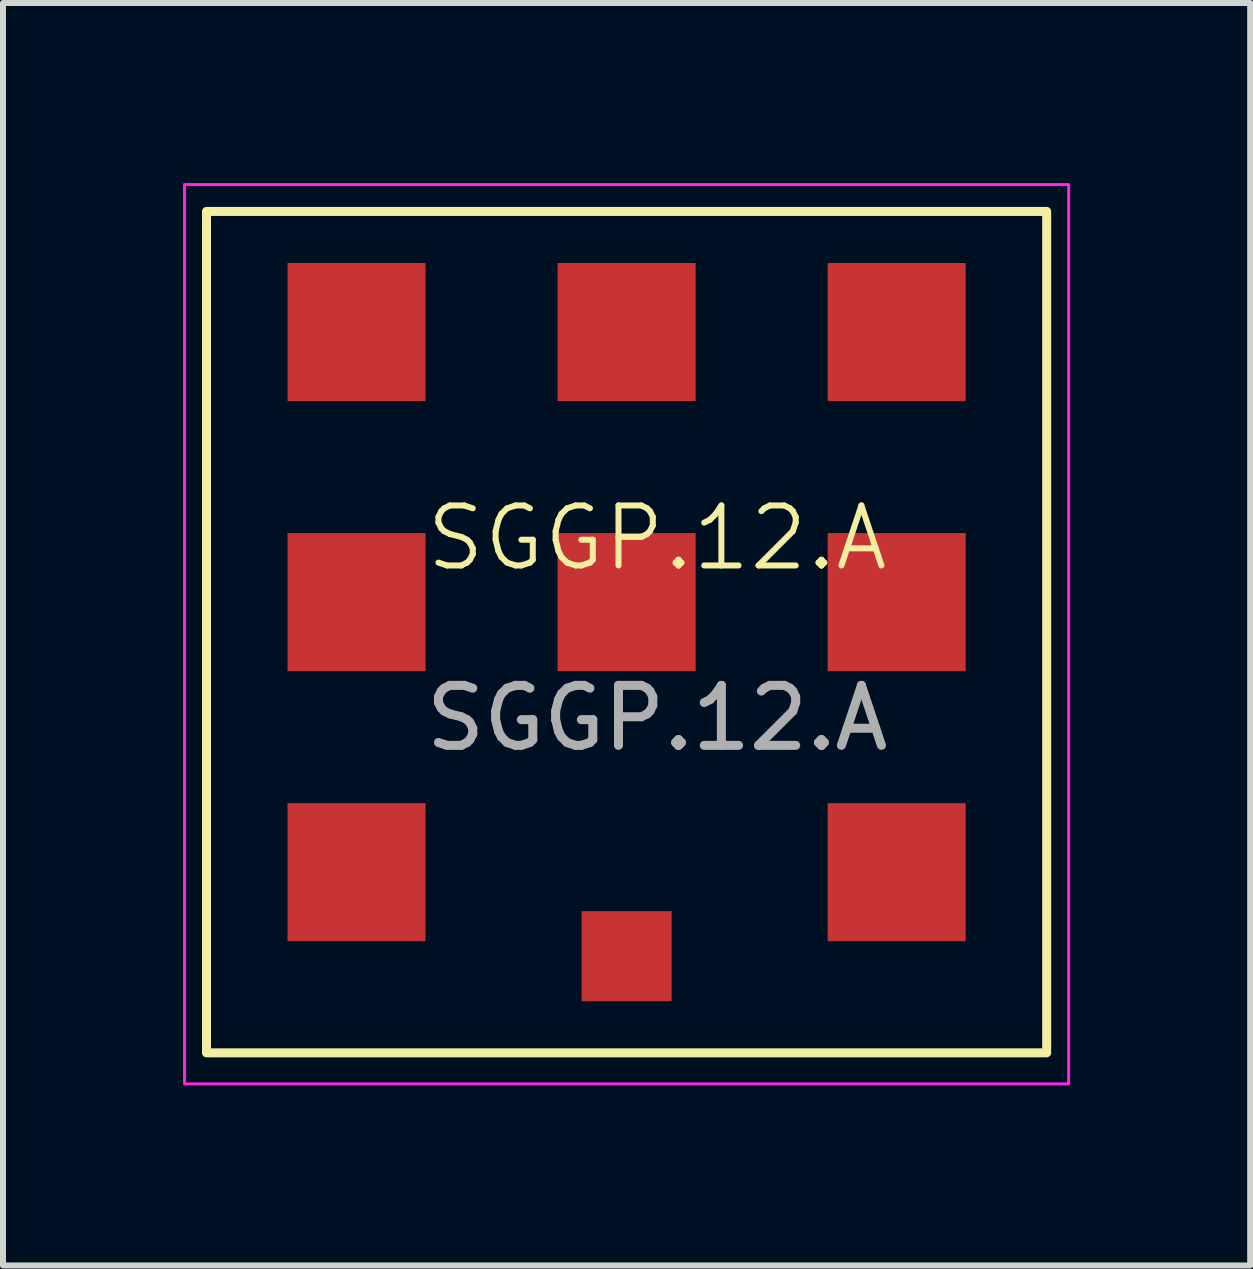
<source format=kicad_pcb>
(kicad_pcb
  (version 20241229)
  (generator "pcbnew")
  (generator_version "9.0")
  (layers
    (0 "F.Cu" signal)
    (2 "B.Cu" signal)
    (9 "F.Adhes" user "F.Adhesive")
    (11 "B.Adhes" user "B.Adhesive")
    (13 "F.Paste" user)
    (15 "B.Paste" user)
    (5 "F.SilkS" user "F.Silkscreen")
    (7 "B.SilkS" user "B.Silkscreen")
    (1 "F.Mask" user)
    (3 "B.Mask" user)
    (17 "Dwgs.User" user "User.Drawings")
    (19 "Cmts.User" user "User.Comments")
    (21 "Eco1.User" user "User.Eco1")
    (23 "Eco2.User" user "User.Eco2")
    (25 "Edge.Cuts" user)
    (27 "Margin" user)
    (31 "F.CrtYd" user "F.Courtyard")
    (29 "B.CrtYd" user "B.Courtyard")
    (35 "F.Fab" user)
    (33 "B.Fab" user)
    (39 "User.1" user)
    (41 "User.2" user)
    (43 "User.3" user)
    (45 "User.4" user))
  (footprint "SGGP.12.A"
    (layer "F.Cu")
    (at 7.899 5.407)
    (property "Reference" "SGGP.12.A" (at 0 0.508 0) (unlocked yes) (layer "F.SilkS") (effects (font (size 1 1) (thickness 0.1))))
    (attr through_hole)
    (fp_rect (start -7.508 -4.934) (end 6.492 9.086) (stroke (width 0.15) (type default)) (fill no) (layer "F.SilkS"))
    (fp_rect (start -7.874 -5.382) (end 6.858 9.604) (stroke (width 0.05) (type default)) (fill no) (layer "F.CrtYd"))
    (fp_text user "${REFERENCE}" (at 0 3.508 0) (unlocked yes) (layer "F.Fab") (effects (font (size 1 1) (thickness 0.15))))
    (pad "1" smd rect (at -0.508 7.476) (size 1.5 1.5) (layers "F.Cu" "F.Mask" "F.Paste"))
    (pad "2" smd rect (at -5.008 6.076) (size 2.3 2.3) (layers "F.Cu" "F.Mask" "F.Paste"))
    (pad "3" smd rect (at 3.992 6.076) (size 2.3 2.3) (layers "F.Cu" "F.Mask" "F.Paste"))
    (pad "4" smd rect (at -5.008 1.576) (size 2.3 2.3) (layers "F.Cu" "F.Mask" "F.Paste"))
    (pad "5" smd rect (at -0.508 1.576) (size 2.3 2.3) (layers "F.Cu" "F.Mask" "F.Paste"))
    (pad "6" smd rect (at 3.992 1.576) (size 2.3 2.3) (layers "F.Cu" "F.Mask" "F.Paste"))
    (pad "7" smd rect (at -5.008 -2.924) (size 2.3 2.3) (layers "F.Cu" "F.Mask" "F.Paste"))
    (pad "8" smd rect (at -0.508 -2.924) (size 2.3 2.3) (layers "F.Cu" "F.Mask" "F.Paste"))
    (pad "9" smd rect (at 3.992 -2.924) (size 2.3 2.3) (layers "F.Cu" "F.Mask" "F.Paste")))
  (gr_rect
    (start -3 -3)
    (end 17.782 18.036)
    (stroke (width 0.1) (type default))
    (fill no)
    (layer "Edge.Cuts")))
</source>
